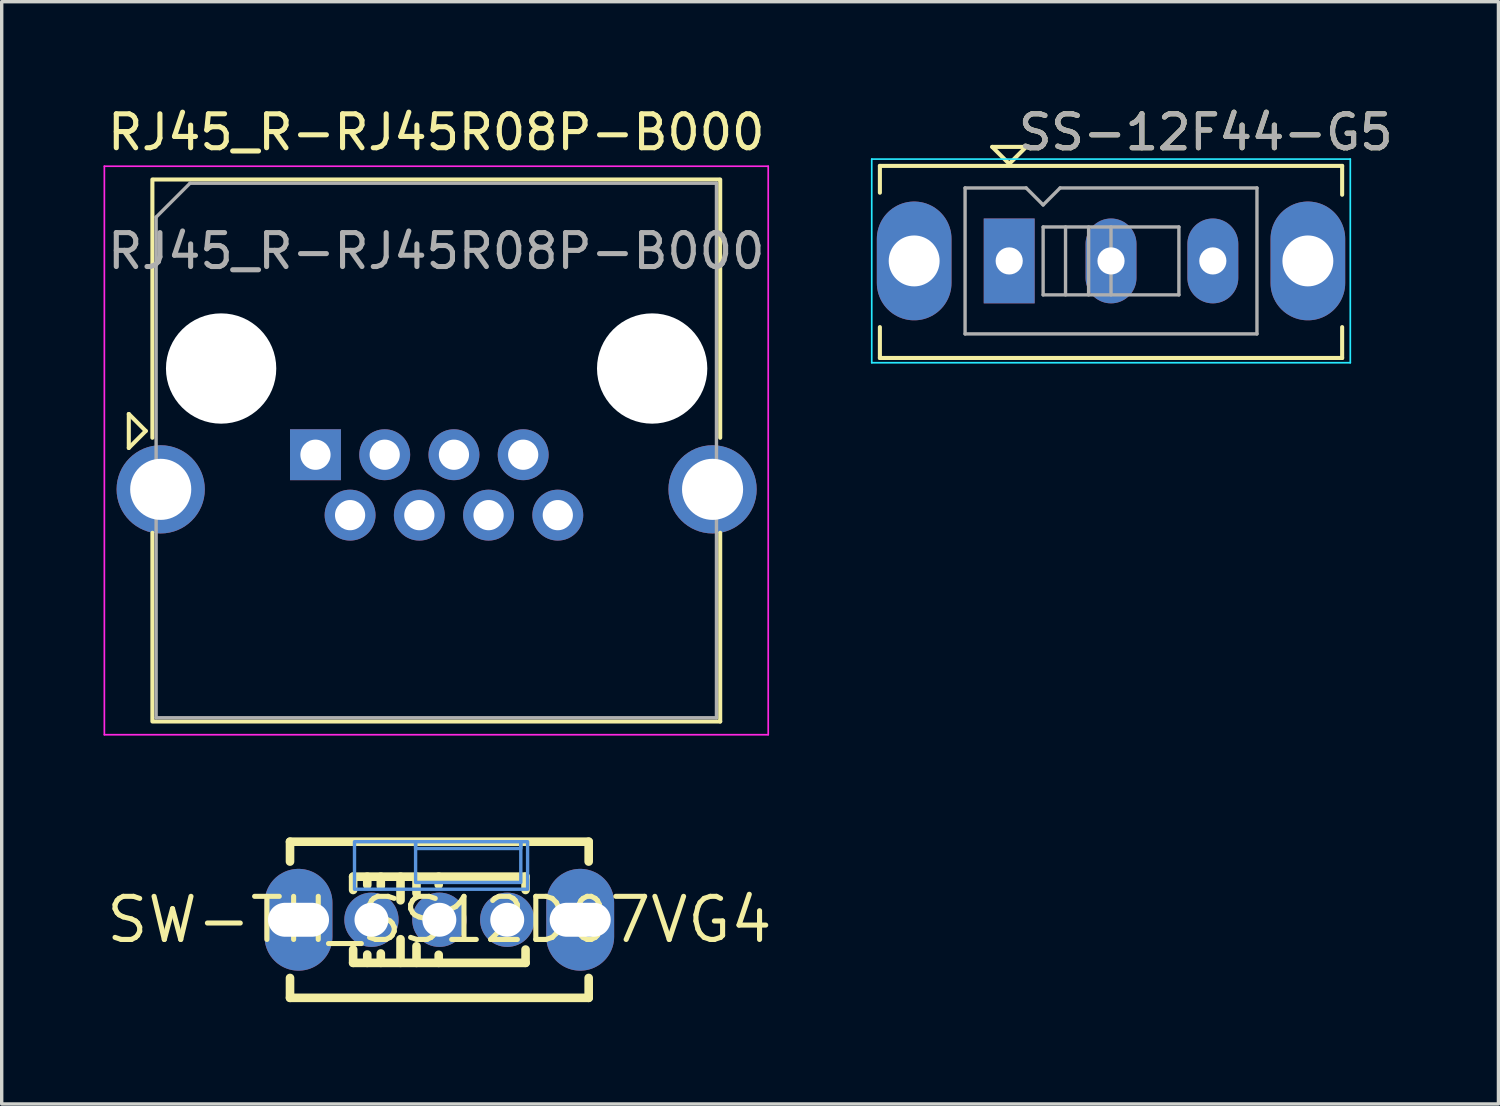
<source format=kicad_pcb>
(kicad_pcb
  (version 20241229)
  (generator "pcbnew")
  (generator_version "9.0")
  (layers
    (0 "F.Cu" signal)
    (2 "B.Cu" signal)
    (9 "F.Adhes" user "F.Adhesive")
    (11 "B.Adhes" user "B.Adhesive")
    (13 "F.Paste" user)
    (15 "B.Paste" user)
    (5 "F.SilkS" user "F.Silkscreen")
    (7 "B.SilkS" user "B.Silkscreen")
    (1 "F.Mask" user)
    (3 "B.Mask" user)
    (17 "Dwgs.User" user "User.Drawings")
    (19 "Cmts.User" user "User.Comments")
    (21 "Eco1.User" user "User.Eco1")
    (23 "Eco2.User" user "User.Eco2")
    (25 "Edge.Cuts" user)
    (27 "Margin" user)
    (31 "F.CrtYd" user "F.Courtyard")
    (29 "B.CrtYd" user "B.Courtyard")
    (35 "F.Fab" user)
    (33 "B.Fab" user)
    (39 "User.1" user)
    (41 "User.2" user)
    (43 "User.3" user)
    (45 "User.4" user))
  (footprint "RJ45_R-RJ45R08P-B000"
    (layer "F.Cu")
    (at 6.245 10.348)
    (property "Reference" "RJ45_R-RJ45R08P-B000" (at 3.56 -9.5 0) (layer "F.SilkS") (effects (font (size 1 1) (thickness 0.15))))
    (attr through_hole)
    (fp_line (start -5.5 -1.2) (end -5 -0.7) (stroke (width 0.12) (type solid)) (layer "F.SilkS"))
    (fp_line (start -5.5 -0.2) (end -5.5 -1.2) (stroke (width 0.12) (type solid)) (layer "F.SilkS"))
    (fp_line (start -5 -0.7) (end -5.5 -0.2) (stroke (width 0.12) (type solid)) (layer "F.SilkS"))
    (fp_line (start -4.805 -8.11) (end -4.805 -0.5) (stroke (width 0.12) (type solid)) (layer "F.SilkS"))
    (fp_line (start -4.805 7.86) (end -4.805 2.3) (stroke (width 0.12) (type solid)) (layer "F.SilkS"))
    (fp_line (start -4.76 -8.11) (end 11.88 -8.11) (stroke (width 0.12) (type solid)) (layer "F.SilkS"))
    (fp_line (start -4.76 7.86) (end 11.925 7.86) (stroke (width 0.12) (type solid)) (layer "F.SilkS"))
    (fp_line (start 11.925 -8.11) (end 11.925 -0.5) (stroke (width 0.12) (type solid)) (layer "F.SilkS"))
    (fp_line (start 11.925 7.86) (end 11.925 2.3) (stroke (width 0.12) (type solid)) (layer "F.SilkS"))
    (fp_line (start -6.22 -8.5) (end -6.22 8.25) (stroke (width 0.05) (type solid)) (layer "F.CrtYd"))
    (fp_line (start -6.22 -8.5) (end 13.34 -8.5) (stroke (width 0.05) (type solid)) (layer "F.CrtYd"))
    (fp_line (start -6.22 8.25) (end 13.34 8.25) (stroke (width 0.05) (type solid)) (layer "F.CrtYd"))
    (fp_line (start 13.34 -8.5) (end 13.34 8.25) (stroke (width 0.05) (type solid)) (layer "F.CrtYd"))
    (fp_line (start -4.695 -7) (end -4.695 7.75) (stroke (width 0.1) (type solid)) (layer "F.Fab"))
    (fp_line (start -4.695 -7) (end -3.695 -8) (stroke (width 0.1) (type solid)) (layer "F.Fab"))
    (fp_line (start -4.695 7.75) (end 11.815 7.75) (stroke (width 0.1) (type solid)) (layer "F.Fab"))
    (fp_line (start -3.695 -8) (end 11.815 -8) (stroke (width 0.1) (type solid)) (layer "F.Fab"))
    (fp_line (start 11.815 -8) (end 11.815 7.75) (stroke (width 0.1) (type solid)) (layer "F.Fab"))
    (fp_text user "${REFERENCE}" (at 3.56 -6 0) (layer "F.Fab") (effects (font (size 1 1) (thickness 0.15))))
    (pad "" np_thru_hole circle (at -2.78 -2.54) (size 3.25 3.25) (drill 3.25) (layers "*.Cu" "*.Mask"))
    (pad "" np_thru_hole circle (at 9.92 -2.54) (size 3.25 3.25) (drill 3.25) (layers "*.Cu" "*.Mask"))
    (pad "1" thru_hole rect (at 0 0) (size 1.5 1.5) (drill 0.89) (layers "*.Cu" "*.Mask"))
    (pad "2" thru_hole circle (at 1.02 1.78) (size 1.5 1.5) (drill 0.89) (layers "*.Cu" "*.Mask"))
    (pad "3" thru_hole circle (at 2.04 0) (size 1.5 1.5) (drill 0.89) (layers "*.Cu" "*.Mask"))
    (pad "4" thru_hole circle (at 3.06 1.78) (size 1.5 1.5) (drill 0.89) (layers "*.Cu" "*.Mask"))
    (pad "5" thru_hole circle (at 4.08 0) (size 1.5 1.5) (drill 0.89) (layers "*.Cu" "*.Mask"))
    (pad "6" thru_hole circle (at 5.1 1.78) (size 1.5 1.5) (drill 0.89) (layers "*.Cu" "*.Mask"))
    (pad "7" thru_hole circle (at 6.12 0) (size 1.5 1.5) (drill 0.89) (layers "*.Cu" "*.Mask"))
    (pad "8" thru_hole circle (at 7.14 1.78) (size 1.5 1.5) (drill 0.89) (layers "*.Cu" "*.Mask"))
    (pad "SH" thru_hole circle (at -4.56 1.02) (size 2.6 2.6) (drill 1.8) (layers "*.Cu" "*.Mask"))
    (pad "SH" thru_hole circle (at 11.7 1.02) (size 2.6 2.6) (drill 1.8) (layers "*.Cu" "*.Mask")))
  (footprint "SW-TH_SS12D07VG4"
    (layer "F.Cu")
    (at 9.895 24.05)
    (property "Reference" "SW-TH_SS12D07VG4" (at 0 0 0) (layer "F.SilkS") (effects (font (size 1.27 1.27) (thickness 0.15))))
    (attr through_hole)
    (fp_line (start -4.4 -2.3) (end -4.4 -1.715) (stroke (width 0.254) (type solid)) (layer "F.SilkS"))
    (fp_line (start -4.4 1.715) (end -4.4 2.3) (stroke (width 0.254) (type solid)) (layer "F.SilkS"))
    (fp_line (start -2.54 -1.27) (end 2.54 -1.27) (stroke (width 0.254) (type solid)) (layer "F.SilkS"))
    (fp_line (start -2.54 -0.878) (end -2.54 -1.27) (stroke (width 0.254) (type solid)) (layer "F.SilkS"))
    (fp_line (start -2.54 1.27) (end -2.54 0.878) (stroke (width 0.254) (type solid)) (layer "F.SilkS"))
    (fp_line (start -2.124 -1.27) (end -2.124 -1.024) (stroke (width 0.254) (type solid)) (layer "F.SilkS"))
    (fp_line (start -2.124 1.024) (end -2.124 1.27) (stroke (width 0.254) (type solid)) (layer "F.SilkS"))
    (fp_line (start -1.725 -1.27) (end -1.725 -0.994) (stroke (width 0.254) (type solid)) (layer "F.SilkS"))
    (fp_line (start -1.725 0.994) (end -1.725 1.27) (stroke (width 0.254) (type solid)) (layer "F.SilkS"))
    (fp_line (start -1.144 -1.27) (end -1.144 -0.573) (stroke (width 0.254) (type solid)) (layer "F.SilkS"))
    (fp_line (start -1.144 0.573) (end -1.144 1.27) (stroke (width 0.254) (type solid)) (layer "F.SilkS"))
    (fp_line (start -0.673 -1.27) (end -0.673 -0.781) (stroke (width 0.254) (type solid)) (layer "F.SilkS"))
    (fp_line (start -0.673 0.781) (end -0.673 1.27) (stroke (width 0.254) (type solid)) (layer "F.SilkS"))
    (fp_line (start -0.019 -1.27) (end -0.019 -1.031) (stroke (width 0.254) (type solid)) (layer "F.SilkS"))
    (fp_line (start -0.019 1.031) (end -0.019 1.27) (stroke (width 0.254) (type solid)) (layer "F.SilkS"))
    (fp_line (start 2.54 -1.27) (end 2.54 -0.878) (stroke (width 0.254) (type solid)) (layer "F.SilkS"))
    (fp_line (start 2.54 0.878) (end 2.54 1.27) (stroke (width 0.254) (type solid)) (layer "F.SilkS"))
    (fp_line (start 2.54 1.27) (end -2.54 1.27) (stroke (width 0.254) (type solid)) (layer "F.SilkS"))
    (fp_line (start 4.4 -2.3) (end -4.4 -2.3) (stroke (width 0.254) (type solid)) (layer "F.SilkS"))
    (fp_line (start 4.4 -2.3) (end 4.4 -1.715) (stroke (width 0.254) (type solid)) (layer "F.SilkS"))
    (fp_line (start 4.4 1.715) (end 4.4 2.3) (stroke (width 0.254) (type solid)) (layer "F.SilkS"))
    (fp_line (start 4.4 2.3) (end -4.4 2.3) (stroke (width 0.254) (type solid)) (layer "F.SilkS"))
    (fp_poly (pts (xy -0.7 -2.1) (xy -0.7 -2.3) (xy 2.4 -2.3) (xy 2.4 -2.1)) (stroke (width 0.1) (type solid)) (fill no) (layer "Cmts.User"))
    (fp_poly (pts (xy -2.5 -2.3) (xy -2.5 -0.9) (xy 2.5 -0.9) (xy 2.6 -0.9) (xy 2.6 -1) (xy 2.6 -2.3) (xy 2.4 -2.3) (xy 2.4 -1.1) (xy -0.7 -1.1) (xy -0.7 -2.3)) (stroke (width 0.1) (type solid)) (fill no) (layer "Cmts.User"))
    (fp_text user "" (at 0 0 0) (layer "Cmts.User") (effects (font (size 1 1) (thickness 0.15))))
    (pad "1" thru_hole oval (at -2 0 180) (size 1.6 1.6) (drill 1) (layers "*.Cu" "*.Paste" "*.Mask"))
    (pad "2" thru_hole oval (at 0 0 180) (size 1.6 1.6) (drill 1) (layers "*.Cu" "*.Paste" "*.Mask"))
    (pad "3" thru_hole oval (at 2 0 180) (size 1.6 1.6) (drill 1) (layers "*.Cu" "*.Paste" "*.Mask"))
    (pad "4" thru_hole oval (at 4.15 0 270) (size 3 2) (drill oval 1 1.8) (layers "*.Cu" "*.Paste" "*.Mask"))
    (pad "5" thru_hole oval (at -4.15 0 270) (size 3 2) (drill oval 1 1.8) (layers "*.Cu" "*.Paste" "*.Mask")))
  (footprint "SS-12F44-G5"
    (layer "F.Cu")
    (at 29.685 4.638)
    (property "Reference" "SS-12F44-G5" (at 2.79 -3.79 0) (layer "F.SilkS") (effects (font (size 1 1) (thickness 0.15))))
    (attr through_hole)
    (fp_line (start -6.81 -2.8) (end 6.81 -2.8) (stroke (width 0.12) (type solid)) (layer "F.SilkS"))
    (fp_line (start -6.81 -2.01) (end -6.81 -2.8) (stroke (width 0.12) (type solid)) (layer "F.SilkS"))
    (fp_line (start -6.81 2.86) (end -6.81 1.95) (stroke (width 0.12) (type solid)) (layer "F.SilkS"))
    (fp_line (start -3.5 -3.36) (end -3 -2.86) (stroke (width 0.12) (type solid)) (layer "F.SilkS"))
    (fp_line (start -3 -2.86) (end -2.5 -3.36) (stroke (width 0.12) (type solid)) (layer "F.SilkS"))
    (fp_line (start -2.5 -3.36) (end -3.5 -3.36) (stroke (width 0.12) (type solid)) (layer "F.SilkS"))
    (fp_line (start 6.81 -2.8) (end 6.81 -1.95) (stroke (width 0.12) (type solid)) (layer "F.SilkS"))
    (fp_line (start 6.81 2.86) (end -6.81 2.86) (stroke (width 0.12) (type solid)) (layer "F.SilkS"))
    (fp_line (start 6.81 2.86) (end 6.81 1.95) (stroke (width 0.12) (type solid)) (layer "F.SilkS"))
    (fp_line (start -7.05 -3) (end 7.05 -3) (stroke (width 0.05) (type solid)) (layer "B.CrtYd"))
    (fp_line (start -7.05 3) (end -7.05 -3) (stroke (width 0.05) (type solid)) (layer "B.CrtYd"))
    (fp_line (start 7.05 -3) (end 7.05 3) (stroke (width 0.05) (type solid)) (layer "B.CrtYd"))
    (fp_line (start 7.05 3) (end -7.05 3) (stroke (width 0.05) (type solid)) (layer "B.CrtYd"))
    (fp_line (start -4.3 -2.15) (end -2.5 -2.15) (stroke (width 0.1) (type solid)) (layer "F.Fab"))
    (fp_line (start -4.3 2.15) (end -4.3 -2.15) (stroke (width 0.1) (type solid)) (layer "F.Fab"))
    (fp_line (start -2.5 -2.15) (end -2 -1.65) (stroke (width 0.1) (type solid)) (layer "F.Fab"))
    (fp_line (start -2 -1.65) (end -1.5 -2.15) (stroke (width 0.1) (type solid)) (layer "F.Fab"))
    (fp_line (start -2 -1) (end -2 1) (stroke (width 0.1) (type solid)) (layer "F.Fab"))
    (fp_line (start -2 -1) (end 2 -1) (stroke (width 0.1) (type solid)) (layer "F.Fab"))
    (fp_line (start -2 1) (end 2 1) (stroke (width 0.1) (type solid)) (layer "F.Fab"))
    (fp_line (start -1.5 -2.15) (end 4.3 -2.15) (stroke (width 0.1) (type solid)) (layer "F.Fab"))
    (fp_line (start -1.34 -1) (end -1.34 1) (stroke (width 0.1) (type solid)) (layer "F.Fab"))
    (fp_line (start -0.66 -1) (end -0.66 1) (stroke (width 0.1) (type solid)) (layer "F.Fab"))
    (fp_line (start 0 -1) (end 0 1) (stroke (width 0.1) (type solid)) (layer "F.Fab"))
    (fp_line (start 2 -1) (end 2 1) (stroke (width 0.1) (type solid)) (layer "F.Fab"))
    (fp_line (start 4.3 -2.15) (end 4.3 2.15) (stroke (width 0.1) (type solid)) (layer "F.Fab"))
    (fp_line (start 4.3 2.15) (end -4.3 2.15) (stroke (width 0.1) (type solid)) (layer "F.Fab"))
    (fp_text user "${REFERENCE}" (at 2.79 -3.79 0) (layer "F.Fab") (effects (font (size 1 1) (thickness 0.15))))
    (pad "" thru_hole oval (at -5.8 0) (size 2.2 3.5) (drill 1.5) (layers "*.Cu" "*.Mask"))
    (pad "" thru_hole oval (at 5.8 0) (size 2.2 3.5) (drill 1.5) (layers "*.Cu" "*.Mask"))
    (pad "1" thru_hole rect (at -3 0) (size 1.5 2.5) (drill 0.8) (layers "*.Cu" "*.Mask"))
    (pad "2" thru_hole oval (at 0 0) (size 1.5 2.5) (drill 0.8) (layers "*.Cu" "*.Mask"))
    (pad "3" thru_hole oval (at 3 0) (size 1.5 2.5) (drill 0.8) (layers "*.Cu" "*.Mask")))
  (gr_rect
    (start -3 -3)
    (end 41.1 29.477)
    (stroke (width 0.1) (type default))
    (fill no)
    (layer "Edge.Cuts")))
</source>
